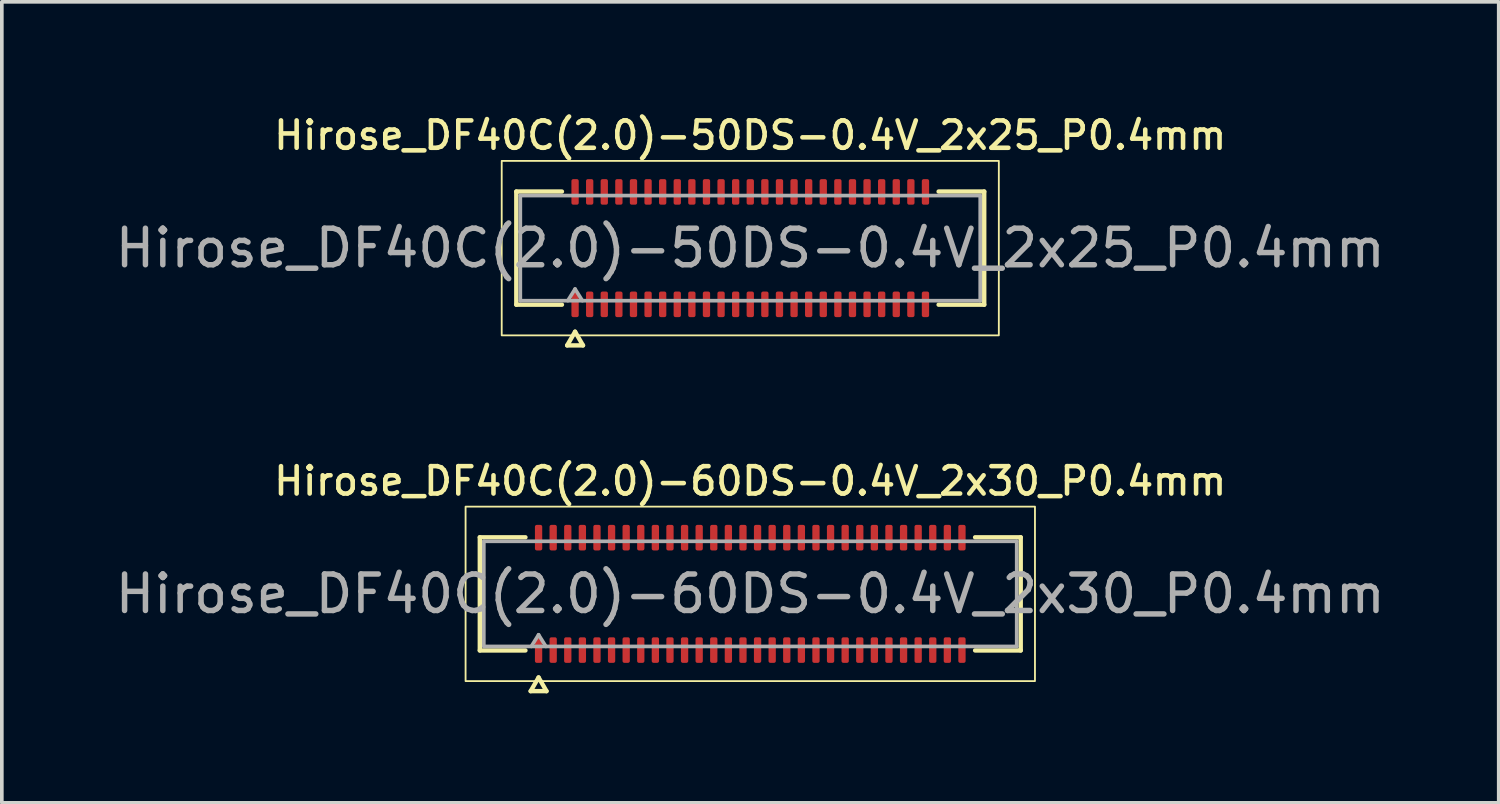
<source format=kicad_pcb>
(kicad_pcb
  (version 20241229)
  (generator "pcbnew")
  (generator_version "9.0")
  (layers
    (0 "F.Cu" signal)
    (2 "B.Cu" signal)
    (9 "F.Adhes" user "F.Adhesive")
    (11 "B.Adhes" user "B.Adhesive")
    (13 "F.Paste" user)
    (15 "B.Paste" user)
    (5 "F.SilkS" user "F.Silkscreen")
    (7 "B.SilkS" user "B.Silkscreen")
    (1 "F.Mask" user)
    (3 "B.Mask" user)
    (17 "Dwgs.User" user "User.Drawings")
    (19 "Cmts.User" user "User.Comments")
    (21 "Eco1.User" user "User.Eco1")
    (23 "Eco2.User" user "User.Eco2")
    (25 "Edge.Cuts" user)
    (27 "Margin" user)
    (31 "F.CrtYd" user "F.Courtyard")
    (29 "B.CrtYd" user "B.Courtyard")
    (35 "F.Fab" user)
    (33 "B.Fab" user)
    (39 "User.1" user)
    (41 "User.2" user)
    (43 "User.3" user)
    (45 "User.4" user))
  (footprint "Hirose_DF40C(2.0)-50DS-0.4V_2x25_P0.4mm"
    (layer "F.Cu")
    (at 17.506 3.748)
    (property "Reference" "Hirose_DF40C(2.0)-50DS-0.4V_2x25_P0.4mm" (at 0 -3.09 0) (layer "F.SilkS") (effects (font (size 0.75 0.75) (thickness 0.125))))
    (attr smd)
    (fp_line (start -6.41 -1.55) (end -5.16 -1.55) (stroke (width 0.12) (type solid)) (layer "F.SilkS"))
    (fp_line (start -6.41 1.55) (end -6.41 -1.55) (stroke (width 0.12) (type solid)) (layer "F.SilkS"))
    (fp_line (start -5.16 1.55) (end -6.41 1.55) (stroke (width 0.12) (type solid)) (layer "F.SilkS"))
    (fp_line (start -5.017 2.665) (end -4.8 2.29) (stroke (width 0.12) (type solid)) (layer "F.SilkS"))
    (fp_line (start -4.8 2.29) (end -4.583 2.665) (stroke (width 0.12) (type solid)) (layer "F.SilkS"))
    (fp_line (start -4.583 2.665) (end -5.017 2.665) (stroke (width 0.12) (type solid)) (layer "F.SilkS"))
    (fp_line (start 5.16 -1.55) (end 6.41 -1.55) (stroke (width 0.12) (type solid)) (layer "F.SilkS"))
    (fp_line (start 6.41 -1.55) (end 6.41 1.55) (stroke (width 0.12) (type solid)) (layer "F.SilkS"))
    (fp_line (start 6.41 1.55) (end 5.16 1.55) (stroke (width 0.12) (type solid)) (layer "F.SilkS"))
    (fp_rect (start -6.81 -2.39) (end 6.81 2.39) (stroke (width 0.05) (type solid)) (fill no) (layer "F.SilkS"))
    (fp_line (start -6.3 -1.44) (end 6.3 -1.44) (stroke (width 0.1) (type solid)) (layer "F.Fab"))
    (fp_line (start -6.3 1.44) (end -6.3 -1.44) (stroke (width 0.1) (type solid)) (layer "F.Fab"))
    (fp_line (start -5 1.44) (end -4.8 1.12) (stroke (width 0.1) (type solid)) (layer "F.Fab"))
    (fp_line (start -4.8 1.12) (end -4.6 1.44) (stroke (width 0.1) (type solid)) (layer "F.Fab"))
    (fp_line (start 6.3 -1.44) (end 6.3 1.44) (stroke (width 0.1) (type solid)) (layer "F.Fab"))
    (fp_line (start 6.3 1.44) (end -6.3 1.44) (stroke (width 0.1) (type solid)) (layer "F.Fab"))
    (fp_text user "${REFERENCE}" (at 0 0 0) (layer "F.Fab") (effects (font (size 1 1) (thickness 0.15))))
    (pad "1" smd roundrect (at -4.8 1.54) (size 0.2 0.7) (layers "F.Cu" "F.Mask" "F.Paste") (roundrect_rratio 0.25))
    (pad "2" smd roundrect (at -4.8 -1.54) (size 0.2 0.7) (layers "F.Cu" "F.Mask" "F.Paste") (roundrect_rratio 0.25))
    (pad "3" smd roundrect (at -4.4 1.54) (size 0.2 0.7) (layers "F.Cu" "F.Mask" "F.Paste") (roundrect_rratio 0.25))
    (pad "4" smd roundrect (at -4.4 -1.54) (size 0.2 0.7) (layers "F.Cu" "F.Mask" "F.Paste") (roundrect_rratio 0.25))
    (pad "5" smd roundrect (at -4 1.54) (size 0.2 0.7) (layers "F.Cu" "F.Mask" "F.Paste") (roundrect_rratio 0.25))
    (pad "6" smd roundrect (at -4 -1.54) (size 0.2 0.7) (layers "F.Cu" "F.Mask" "F.Paste") (roundrect_rratio 0.25))
    (pad "7" smd roundrect (at -3.6 1.54) (size 0.2 0.7) (layers "F.Cu" "F.Mask" "F.Paste") (roundrect_rratio 0.25))
    (pad "8" smd roundrect (at -3.6 -1.54) (size 0.2 0.7) (layers "F.Cu" "F.Mask" "F.Paste") (roundrect_rratio 0.25))
    (pad "9" smd roundrect (at -3.2 1.54) (size 0.2 0.7) (layers "F.Cu" "F.Mask" "F.Paste") (roundrect_rratio 0.25))
    (pad "10" smd roundrect (at -3.2 -1.54) (size 0.2 0.7) (layers "F.Cu" "F.Mask" "F.Paste") (roundrect_rratio 0.25))
    (pad "11" smd roundrect (at -2.8 1.54) (size 0.2 0.7) (layers "F.Cu" "F.Mask" "F.Paste") (roundrect_rratio 0.25))
    (pad "12" smd roundrect (at -2.8 -1.54) (size 0.2 0.7) (layers "F.Cu" "F.Mask" "F.Paste") (roundrect_rratio 0.25))
    (pad "13" smd roundrect (at -2.4 1.54) (size 0.2 0.7) (layers "F.Cu" "F.Mask" "F.Paste") (roundrect_rratio 0.25))
    (pad "14" smd roundrect (at -2.4 -1.54) (size 0.2 0.7) (layers "F.Cu" "F.Mask" "F.Paste") (roundrect_rratio 0.25))
    (pad "15" smd roundrect (at -2 1.54) (size 0.2 0.7) (layers "F.Cu" "F.Mask" "F.Paste") (roundrect_rratio 0.25))
    (pad "16" smd roundrect (at -2 -1.54) (size 0.2 0.7) (layers "F.Cu" "F.Mask" "F.Paste") (roundrect_rratio 0.25))
    (pad "17" smd roundrect (at -1.6 1.54) (size 0.2 0.7) (layers "F.Cu" "F.Mask" "F.Paste") (roundrect_rratio 0.25))
    (pad "18" smd roundrect (at -1.6 -1.54) (size 0.2 0.7) (layers "F.Cu" "F.Mask" "F.Paste") (roundrect_rratio 0.25))
    (pad "19" smd roundrect (at -1.2 1.54) (size 0.2 0.7) (layers "F.Cu" "F.Mask" "F.Paste") (roundrect_rratio 0.25))
    (pad "20" smd roundrect (at -1.2 -1.54) (size 0.2 0.7) (layers "F.Cu" "F.Mask" "F.Paste") (roundrect_rratio 0.25))
    (pad "21" smd roundrect (at -0.8 1.54) (size 0.2 0.7) (layers "F.Cu" "F.Mask" "F.Paste") (roundrect_rratio 0.25))
    (pad "22" smd roundrect (at -0.8 -1.54) (size 0.2 0.7) (layers "F.Cu" "F.Mask" "F.Paste") (roundrect_rratio 0.25))
    (pad "23" smd roundrect (at -0.4 1.54) (size 0.2 0.7) (layers "F.Cu" "F.Mask" "F.Paste") (roundrect_rratio 0.25))
    (pad "24" smd roundrect (at -0.4 -1.54) (size 0.2 0.7) (layers "F.Cu" "F.Mask" "F.Paste") (roundrect_rratio 0.25))
    (pad "25" smd roundrect (at 0 1.54) (size 0.2 0.7) (layers "F.Cu" "F.Mask" "F.Paste") (roundrect_rratio 0.25))
    (pad "26" smd roundrect (at 0 -1.54) (size 0.2 0.7) (layers "F.Cu" "F.Mask" "F.Paste") (roundrect_rratio 0.25))
    (pad "27" smd roundrect (at 0.4 1.54) (size 0.2 0.7) (layers "F.Cu" "F.Mask" "F.Paste") (roundrect_rratio 0.25))
    (pad "28" smd roundrect (at 0.4 -1.54) (size 0.2 0.7) (layers "F.Cu" "F.Mask" "F.Paste") (roundrect_rratio 0.25))
    (pad "29" smd roundrect (at 0.8 1.54) (size 0.2 0.7) (layers "F.Cu" "F.Mask" "F.Paste") (roundrect_rratio 0.25))
    (pad "30" smd roundrect (at 0.8 -1.54) (size 0.2 0.7) (layers "F.Cu" "F.Mask" "F.Paste") (roundrect_rratio 0.25))
    (pad "31" smd roundrect (at 1.2 1.54) (size 0.2 0.7) (layers "F.Cu" "F.Mask" "F.Paste") (roundrect_rratio 0.25))
    (pad "32" smd roundrect (at 1.2 -1.54) (size 0.2 0.7) (layers "F.Cu" "F.Mask" "F.Paste") (roundrect_rratio 0.25))
    (pad "33" smd roundrect (at 1.6 1.54) (size 0.2 0.7) (layers "F.Cu" "F.Mask" "F.Paste") (roundrect_rratio 0.25))
    (pad "34" smd roundrect (at 1.6 -1.54) (size 0.2 0.7) (layers "F.Cu" "F.Mask" "F.Paste") (roundrect_rratio 0.25))
    (pad "35" smd roundrect (at 2 1.54) (size 0.2 0.7) (layers "F.Cu" "F.Mask" "F.Paste") (roundrect_rratio 0.25))
    (pad "36" smd roundrect (at 2 -1.54) (size 0.2 0.7) (layers "F.Cu" "F.Mask" "F.Paste") (roundrect_rratio 0.25))
    (pad "37" smd roundrect (at 2.4 1.54) (size 0.2 0.7) (layers "F.Cu" "F.Mask" "F.Paste") (roundrect_rratio 0.25))
    (pad "38" smd roundrect (at 2.4 -1.54) (size 0.2 0.7) (layers "F.Cu" "F.Mask" "F.Paste") (roundrect_rratio 0.25))
    (pad "39" smd roundrect (at 2.8 1.54) (size 0.2 0.7) (layers "F.Cu" "F.Mask" "F.Paste") (roundrect_rratio 0.25))
    (pad "40" smd roundrect (at 2.8 -1.54) (size 0.2 0.7) (layers "F.Cu" "F.Mask" "F.Paste") (roundrect_rratio 0.25))
    (pad "41" smd roundrect (at 3.2 1.54) (size 0.2 0.7) (layers "F.Cu" "F.Mask" "F.Paste") (roundrect_rratio 0.25))
    (pad "42" smd roundrect (at 3.2 -1.54) (size 0.2 0.7) (layers "F.Cu" "F.Mask" "F.Paste") (roundrect_rratio 0.25))
    (pad "43" smd roundrect (at 3.6 1.54) (size 0.2 0.7) (layers "F.Cu" "F.Mask" "F.Paste") (roundrect_rratio 0.25))
    (pad "44" smd roundrect (at 3.6 -1.54) (size 0.2 0.7) (layers "F.Cu" "F.Mask" "F.Paste") (roundrect_rratio 0.25))
    (pad "45" smd roundrect (at 4 1.54) (size 0.2 0.7) (layers "F.Cu" "F.Mask" "F.Paste") (roundrect_rratio 0.25))
    (pad "46" smd roundrect (at 4 -1.54) (size 0.2 0.7) (layers "F.Cu" "F.Mask" "F.Paste") (roundrect_rratio 0.25))
    (pad "47" smd roundrect (at 4.4 1.54) (size 0.2 0.7) (layers "F.Cu" "F.Mask" "F.Paste") (roundrect_rratio 0.25))
    (pad "48" smd roundrect (at 4.4 -1.54) (size 0.2 0.7) (layers "F.Cu" "F.Mask" "F.Paste") (roundrect_rratio 0.25))
    (pad "49" smd roundrect (at 4.8 1.54) (size 0.2 0.7) (layers "F.Cu" "F.Mask" "F.Paste") (roundrect_rratio 0.25))
    (pad "50" smd roundrect (at 4.8 -1.54) (size 0.2 0.7) (layers "F.Cu" "F.Mask" "F.Paste") (roundrect_rratio 0.25)))
  (footprint "Hirose_DF40C(2.0)-60DS-0.4V_2x30_P0.4mm"
    (layer "F.Cu")
    (at 17.506 13.221)
    (property "Reference" "Hirose_DF40C(2.0)-60DS-0.4V_2x30_P0.4mm" (at 0 -3.09 0) (layer "F.SilkS") (effects (font (size 0.75 0.75) (thickness 0.125))))
    (attr smd)
    (fp_line (start -7.41 -1.55) (end -6.16 -1.55) (stroke (width 0.12) (type solid)) (layer "F.SilkS"))
    (fp_line (start -7.41 1.55) (end -7.41 -1.55) (stroke (width 0.12) (type solid)) (layer "F.SilkS"))
    (fp_line (start -6.16 1.55) (end -7.41 1.55) (stroke (width 0.12) (type solid)) (layer "F.SilkS"))
    (fp_line (start -6.017 2.665) (end -5.8 2.29) (stroke (width 0.12) (type solid)) (layer "F.SilkS"))
    (fp_line (start -5.8 2.29) (end -5.583 2.665) (stroke (width 0.12) (type solid)) (layer "F.SilkS"))
    (fp_line (start -5.583 2.665) (end -6.017 2.665) (stroke (width 0.12) (type solid)) (layer "F.SilkS"))
    (fp_line (start 6.16 -1.55) (end 7.41 -1.55) (stroke (width 0.12) (type solid)) (layer "F.SilkS"))
    (fp_line (start 7.41 -1.55) (end 7.41 1.55) (stroke (width 0.12) (type solid)) (layer "F.SilkS"))
    (fp_line (start 7.41 1.55) (end 6.16 1.55) (stroke (width 0.12) (type solid)) (layer "F.SilkS"))
    (fp_rect (start -7.8 -2.39) (end 7.8 2.39) (stroke (width 0.05) (type solid)) (fill no) (layer "F.SilkS"))
    (fp_line (start -7.3 -1.44) (end 7.3 -1.44) (stroke (width 0.1) (type solid)) (layer "F.Fab"))
    (fp_line (start -7.3 1.44) (end -7.3 -1.44) (stroke (width 0.1) (type solid)) (layer "F.Fab"))
    (fp_line (start -6 1.44) (end -5.8 1.12) (stroke (width 0.1) (type solid)) (layer "F.Fab"))
    (fp_line (start -5.8 1.12) (end -5.6 1.44) (stroke (width 0.1) (type solid)) (layer "F.Fab"))
    (fp_line (start 7.3 -1.44) (end 7.3 1.44) (stroke (width 0.1) (type solid)) (layer "F.Fab"))
    (fp_line (start 7.3 1.44) (end -7.3 1.44) (stroke (width 0.1) (type solid)) (layer "F.Fab"))
    (fp_text user "${REFERENCE}" (at 0 0 0) (layer "F.Fab") (effects (font (size 1 1) (thickness 0.15))))
    (pad "1" smd roundrect (at -5.8 1.54) (size 0.2 0.7) (layers "F.Cu" "F.Mask" "F.Paste") (roundrect_rratio 0.25))
    (pad "2" smd roundrect (at -5.8 -1.54) (size 0.2 0.7) (layers "F.Cu" "F.Mask" "F.Paste") (roundrect_rratio 0.25))
    (pad "3" smd roundrect (at -5.4 1.54) (size 0.2 0.7) (layers "F.Cu" "F.Mask" "F.Paste") (roundrect_rratio 0.25))
    (pad "4" smd roundrect (at -5.4 -1.54) (size 0.2 0.7) (layers "F.Cu" "F.Mask" "F.Paste") (roundrect_rratio 0.25))
    (pad "5" smd roundrect (at -5 1.54) (size 0.2 0.7) (layers "F.Cu" "F.Mask" "F.Paste") (roundrect_rratio 0.25))
    (pad "6" smd roundrect (at -5 -1.54) (size 0.2 0.7) (layers "F.Cu" "F.Mask" "F.Paste") (roundrect_rratio 0.25))
    (pad "7" smd roundrect (at -4.6 1.54) (size 0.2 0.7) (layers "F.Cu" "F.Mask" "F.Paste") (roundrect_rratio 0.25))
    (pad "8" smd roundrect (at -4.6 -1.54) (size 0.2 0.7) (layers "F.Cu" "F.Mask" "F.Paste") (roundrect_rratio 0.25))
    (pad "9" smd roundrect (at -4.2 1.54) (size 0.2 0.7) (layers "F.Cu" "F.Mask" "F.Paste") (roundrect_rratio 0.25))
    (pad "10" smd roundrect (at -4.2 -1.54) (size 0.2 0.7) (layers "F.Cu" "F.Mask" "F.Paste") (roundrect_rratio 0.25))
    (pad "11" smd roundrect (at -3.8 1.54) (size 0.2 0.7) (layers "F.Cu" "F.Mask" "F.Paste") (roundrect_rratio 0.25))
    (pad "12" smd roundrect (at -3.8 -1.54) (size 0.2 0.7) (layers "F.Cu" "F.Mask" "F.Paste") (roundrect_rratio 0.25))
    (pad "13" smd roundrect (at -3.4 1.54) (size 0.2 0.7) (layers "F.Cu" "F.Mask" "F.Paste") (roundrect_rratio 0.25))
    (pad "14" smd roundrect (at -3.4 -1.54) (size 0.2 0.7) (layers "F.Cu" "F.Mask" "F.Paste") (roundrect_rratio 0.25))
    (pad "15" smd roundrect (at -3 1.54) (size 0.2 0.7) (layers "F.Cu" "F.Mask" "F.Paste") (roundrect_rratio 0.25))
    (pad "16" smd roundrect (at -3 -1.54) (size 0.2 0.7) (layers "F.Cu" "F.Mask" "F.Paste") (roundrect_rratio 0.25))
    (pad "17" smd roundrect (at -2.6 1.54) (size 0.2 0.7) (layers "F.Cu" "F.Mask" "F.Paste") (roundrect_rratio 0.25))
    (pad "18" smd roundrect (at -2.6 -1.54) (size 0.2 0.7) (layers "F.Cu" "F.Mask" "F.Paste") (roundrect_rratio 0.25))
    (pad "19" smd roundrect (at -2.2 1.54) (size 0.2 0.7) (layers "F.Cu" "F.Mask" "F.Paste") (roundrect_rratio 0.25))
    (pad "20" smd roundrect (at -2.2 -1.54) (size 0.2 0.7) (layers "F.Cu" "F.Mask" "F.Paste") (roundrect_rratio 0.25))
    (pad "21" smd roundrect (at -1.8 1.54) (size 0.2 0.7) (layers "F.Cu" "F.Mask" "F.Paste") (roundrect_rratio 0.25))
    (pad "22" smd roundrect (at -1.8 -1.54) (size 0.2 0.7) (layers "F.Cu" "F.Mask" "F.Paste") (roundrect_rratio 0.25))
    (pad "23" smd roundrect (at -1.4 1.54) (size 0.2 0.7) (layers "F.Cu" "F.Mask" "F.Paste") (roundrect_rratio 0.25))
    (pad "24" smd roundrect (at -1.4 -1.54) (size 0.2 0.7) (layers "F.Cu" "F.Mask" "F.Paste") (roundrect_rratio 0.25))
    (pad "25" smd roundrect (at -1 1.54) (size 0.2 0.7) (layers "F.Cu" "F.Mask" "F.Paste") (roundrect_rratio 0.25))
    (pad "26" smd roundrect (at -1 -1.54) (size 0.2 0.7) (layers "F.Cu" "F.Mask" "F.Paste") (roundrect_rratio 0.25))
    (pad "27" smd roundrect (at -0.6 1.54) (size 0.2 0.7) (layers "F.Cu" "F.Mask" "F.Paste") (roundrect_rratio 0.25))
    (pad "28" smd roundrect (at -0.6 -1.54) (size 0.2 0.7) (layers "F.Cu" "F.Mask" "F.Paste") (roundrect_rratio 0.25))
    (pad "29" smd roundrect (at -0.2 1.54) (size 0.2 0.7) (layers "F.Cu" "F.Mask" "F.Paste") (roundrect_rratio 0.25))
    (pad "30" smd roundrect (at -0.2 -1.54) (size 0.2 0.7) (layers "F.Cu" "F.Mask" "F.Paste") (roundrect_rratio 0.25))
    (pad "31" smd roundrect (at 0.2 1.54) (size 0.2 0.7) (layers "F.Cu" "F.Mask" "F.Paste") (roundrect_rratio 0.25))
    (pad "32" smd roundrect (at 0.2 -1.54) (size 0.2 0.7) (layers "F.Cu" "F.Mask" "F.Paste") (roundrect_rratio 0.25))
    (pad "33" smd roundrect (at 0.6 1.54) (size 0.2 0.7) (layers "F.Cu" "F.Mask" "F.Paste") (roundrect_rratio 0.25))
    (pad "34" smd roundrect (at 0.6 -1.54) (size 0.2 0.7) (layers "F.Cu" "F.Mask" "F.Paste") (roundrect_rratio 0.25))
    (pad "35" smd roundrect (at 1 1.54) (size 0.2 0.7) (layers "F.Cu" "F.Mask" "F.Paste") (roundrect_rratio 0.25))
    (pad "36" smd roundrect (at 1 -1.54) (size 0.2 0.7) (layers "F.Cu" "F.Mask" "F.Paste") (roundrect_rratio 0.25))
    (pad "37" smd roundrect (at 1.4 1.54) (size 0.2 0.7) (layers "F.Cu" "F.Mask" "F.Paste") (roundrect_rratio 0.25))
    (pad "38" smd roundrect (at 1.4 -1.54) (size 0.2 0.7) (layers "F.Cu" "F.Mask" "F.Paste") (roundrect_rratio 0.25))
    (pad "39" smd roundrect (at 1.8 1.54) (size 0.2 0.7) (layers "F.Cu" "F.Mask" "F.Paste") (roundrect_rratio 0.25))
    (pad "40" smd roundrect (at 1.8 -1.54) (size 0.2 0.7) (layers "F.Cu" "F.Mask" "F.Paste") (roundrect_rratio 0.25))
    (pad "41" smd roundrect (at 2.2 1.54) (size 0.2 0.7) (layers "F.Cu" "F.Mask" "F.Paste") (roundrect_rratio 0.25))
    (pad "42" smd roundrect (at 2.2 -1.54) (size 0.2 0.7) (layers "F.Cu" "F.Mask" "F.Paste") (roundrect_rratio 0.25))
    (pad "43" smd roundrect (at 2.6 1.54) (size 0.2 0.7) (layers "F.Cu" "F.Mask" "F.Paste") (roundrect_rratio 0.25))
    (pad "44" smd roundrect (at 2.6 -1.54) (size 0.2 0.7) (layers "F.Cu" "F.Mask" "F.Paste") (roundrect_rratio 0.25))
    (pad "45" smd roundrect (at 3 1.54) (size 0.2 0.7) (layers "F.Cu" "F.Mask" "F.Paste") (roundrect_rratio 0.25))
    (pad "46" smd roundrect (at 3 -1.54) (size 0.2 0.7) (layers "F.Cu" "F.Mask" "F.Paste") (roundrect_rratio 0.25))
    (pad "47" smd roundrect (at 3.4 1.54) (size 0.2 0.7) (layers "F.Cu" "F.Mask" "F.Paste") (roundrect_rratio 0.25))
    (pad "48" smd roundrect (at 3.4 -1.54) (size 0.2 0.7) (layers "F.Cu" "F.Mask" "F.Paste") (roundrect_rratio 0.25))
    (pad "49" smd roundrect (at 3.8 1.54) (size 0.2 0.7) (layers "F.Cu" "F.Mask" "F.Paste") (roundrect_rratio 0.25))
    (pad "50" smd roundrect (at 3.8 -1.54) (size 0.2 0.7) (layers "F.Cu" "F.Mask" "F.Paste") (roundrect_rratio 0.25))
    (pad "51" smd roundrect (at 4.2 1.54) (size 0.2 0.7) (layers "F.Cu" "F.Mask" "F.Paste") (roundrect_rratio 0.25))
    (pad "52" smd roundrect (at 4.2 -1.54) (size 0.2 0.7) (layers "F.Cu" "F.Mask" "F.Paste") (roundrect_rratio 0.25))
    (pad "53" smd roundrect (at 4.6 1.54) (size 0.2 0.7) (layers "F.Cu" "F.Mask" "F.Paste") (roundrect_rratio 0.25))
    (pad "54" smd roundrect (at 4.6 -1.54) (size 0.2 0.7) (layers "F.Cu" "F.Mask" "F.Paste") (roundrect_rratio 0.25))
    (pad "55" smd roundrect (at 5 1.54) (size 0.2 0.7) (layers "F.Cu" "F.Mask" "F.Paste") (roundrect_rratio 0.25))
    (pad "56" smd roundrect (at 5 -1.54) (size 0.2 0.7) (layers "F.Cu" "F.Mask" "F.Paste") (roundrect_rratio 0.25))
    (pad "57" smd roundrect (at 5.4 1.54) (size 0.2 0.7) (layers "F.Cu" "F.Mask" "F.Paste") (roundrect_rratio 0.25))
    (pad "58" smd roundrect (at 5.4 -1.54) (size 0.2 0.7) (layers "F.Cu" "F.Mask" "F.Paste") (roundrect_rratio 0.25))
    (pad "59" smd roundrect (at 5.8 1.54) (size 0.2 0.7) (layers "F.Cu" "F.Mask" "F.Paste") (roundrect_rratio 0.25))
    (pad "60" smd roundrect (at 5.8 -1.54) (size 0.2 0.7) (layers "F.Cu" "F.Mask" "F.Paste") (roundrect_rratio 0.25)))
  (gr_rect
    (start -3 -3)
    (end 38.012 18.946)
    (stroke (width 0.1) (type default))
    (fill no)
    (layer "Edge.Cuts")))
</source>
